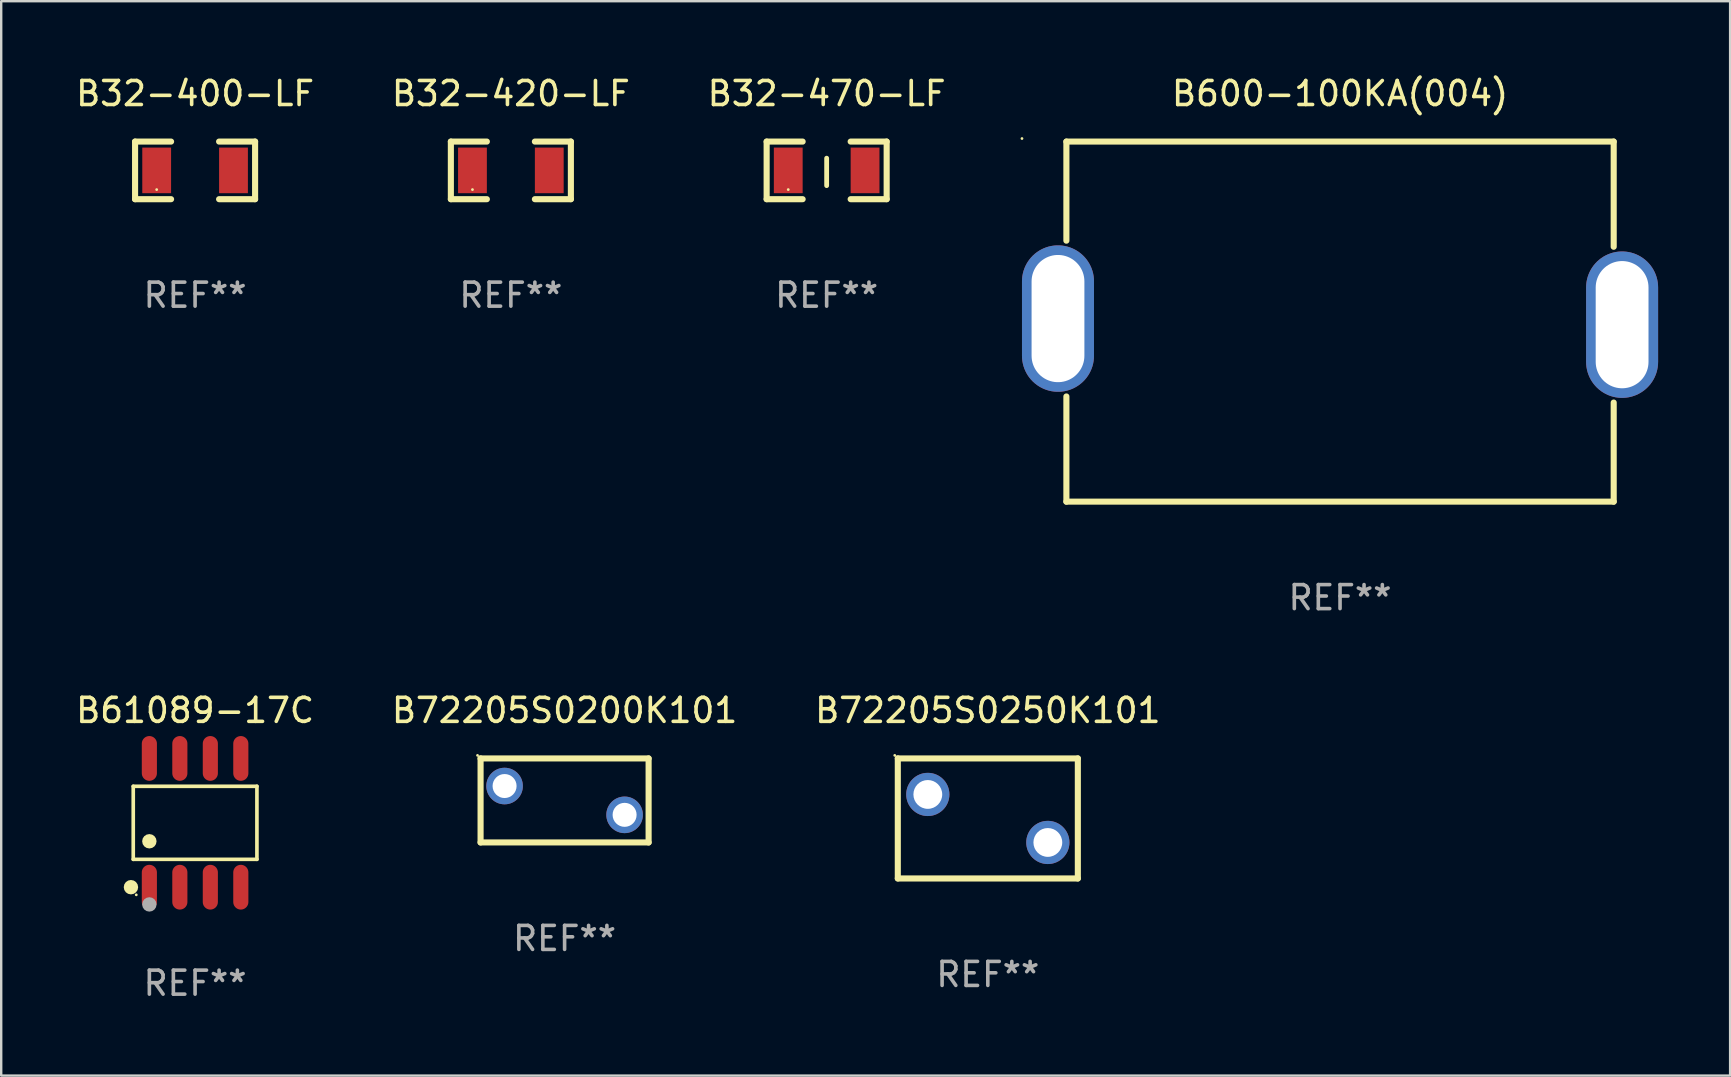
<source format=kicad_pcb>
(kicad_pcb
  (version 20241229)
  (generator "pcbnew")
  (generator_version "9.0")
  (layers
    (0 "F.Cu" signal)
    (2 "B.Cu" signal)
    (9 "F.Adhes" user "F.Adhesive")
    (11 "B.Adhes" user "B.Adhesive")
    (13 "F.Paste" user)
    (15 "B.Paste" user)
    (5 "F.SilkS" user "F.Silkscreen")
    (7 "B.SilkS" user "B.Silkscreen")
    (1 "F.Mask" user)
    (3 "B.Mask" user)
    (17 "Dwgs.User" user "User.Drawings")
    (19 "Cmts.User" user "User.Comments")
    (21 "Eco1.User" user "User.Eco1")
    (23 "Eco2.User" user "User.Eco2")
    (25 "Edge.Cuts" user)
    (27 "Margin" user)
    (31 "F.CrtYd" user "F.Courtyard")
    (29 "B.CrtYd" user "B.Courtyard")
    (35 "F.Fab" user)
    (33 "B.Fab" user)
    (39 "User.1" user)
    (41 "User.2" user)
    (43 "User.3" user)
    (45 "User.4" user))
  (footprint "B72205S0250K101"
    (layer "F.Cu")
    (at 38.101 31.045)
    (property "Reference" "B72205S0250K101" (at 0 -4.5 0) (layer "F.SilkS") (effects (font (size 1 1) (thickness 0.15))))
    (attr through_hole)
    (fp_line (start -3.75 -2.5) (end 3.75 -2.5) (stroke (width 0.254) (type solid)) (layer "F.SilkS"))
    (fp_line (start -3.75 2.5) (end -3.75 -2.5) (stroke (width 0.254) (type solid)) (layer "F.SilkS"))
    (fp_line (start -3.75 2.5) (end 3.75 2.5) (stroke (width 0.254) (type solid)) (layer "F.SilkS"))
    (fp_line (start 3.75 -2.5) (end 3.75 2.5) (stroke (width 0.254) (type solid)) (layer "F.SilkS"))
    (fp_circle (center -3.877 -2.627) (end -3.847 -2.627) (stroke (width 0.06) (type solid)) (fill no) (layer "F.SilkS"))
    (fp_text user "REF**" (at 0 6.5 0) (layer "F.Fab") (effects (font (size 1 1) (thickness 0.15))))
    (pad "1" thru_hole circle (at -2.5 -1) (size 1.8 1.8) (drill 1.2) (layers "*.Cu" "*.Mask"))
    (pad "2" thru_hole circle (at 2.5 1) (size 1.8 1.8) (drill 1.2) (layers "*.Cu" "*.Mask")))
  (footprint "B32-470-LF"
    (layer "F.Cu")
    (at 31.387 4.048)
    (property "Reference" "B32-470-LF" (at 0 -3.2 0) (layer "F.SilkS") (effects (font (size 1 1) (thickness 0.15))))
    (attr through_hole)
    (fp_line (start -2.5 -1.2) (end -2.5 1.2) (stroke (width 0.254) (type solid)) (layer "F.SilkS"))
    (fp_line (start -1 -1.2) (end -2.5 -1.2) (stroke (width 0.254) (type solid)) (layer "F.SilkS"))
    (fp_line (start -1 1.2) (end -2.5 1.2) (stroke (width 0.254) (type solid)) (layer "F.SilkS"))
    (fp_line (start 0.000051 -0.508) (end 0.000051 0.635) (stroke (width 0.2) (type solid)) (layer "F.SilkS"))
    (fp_line (start 1 -1.2) (end 2.5 -1.2) (stroke (width 0.254) (type solid)) (layer "F.SilkS"))
    (fp_line (start 1 1.2) (end 2.5 1.2) (stroke (width 0.254) (type solid)) (layer "F.SilkS"))
    (fp_line (start 2.5 -1.2) (end 2.5 1.2) (stroke (width 0.254) (type solid)) (layer "F.SilkS"))
    (fp_circle (center -1.6 0.8) (end -1.57 0.8) (stroke (width 0.06) (type solid)) (fill no) (layer "F.SilkS"))
    (fp_text user "REF**" (at 0 5.2 0) (layer "F.Fab") (effects (font (size 1 1) (thickness 0.15))))
    (pad "1" smd rect (at -1.6 0) (size 1.2 1.9) (layers "F.Cu" "F.Mask" "F.Paste"))
    (pad "2" smd rect (at 1.6 0) (size 1.2 1.9) (layers "F.Cu" "F.Mask" "F.Paste")))
  (footprint "B32-400-LF"
    (layer "F.Cu")
    (at 5.077 4.048)
    (property "Reference" "B32-400-LF" (at 0 -3.2 0) (layer "F.SilkS") (effects (font (size 1 1) (thickness 0.15))))
    (attr through_hole)
    (fp_line (start -2.5 -1.2) (end -2.5 1.2) (stroke (width 0.254) (type solid)) (layer "F.SilkS"))
    (fp_line (start -1 -1.2) (end -2.5 -1.2) (stroke (width 0.254) (type solid)) (layer "F.SilkS"))
    (fp_line (start -1 1.2) (end -2.5 1.2) (stroke (width 0.254) (type solid)) (layer "F.SilkS"))
    (fp_line (start 1 -1.2) (end 2.5 -1.2) (stroke (width 0.254) (type solid)) (layer "F.SilkS"))
    (fp_line (start 1 1.2) (end 2.5 1.2) (stroke (width 0.254) (type solid)) (layer "F.SilkS"))
    (fp_line (start 2.5 -1.2) (end 2.5 1.2) (stroke (width 0.254) (type solid)) (layer "F.SilkS"))
    (fp_circle (center -1.6 0.8) (end -1.57 0.8) (stroke (width 0.06) (type solid)) (fill no) (layer "F.SilkS"))
    (fp_text user "REF**" (at 0 5.2 0) (layer "F.Fab") (effects (font (size 1 1) (thickness 0.15))))
    (pad "1" smd rect (at -1.6 0) (size 1.2 1.9) (layers "F.Cu" "F.Mask" "F.Paste"))
    (pad "2" smd rect (at 1.6 0) (size 1.2 1.9) (layers "F.Cu" "F.Mask" "F.Paste")))
  (footprint "B600-100KA(004)"
    (layer "F.Cu")
    (at 52.774 10.348)
    (property "Reference" "B600-100KA(004)" (at 0 -9.5 0) (layer "F.SilkS") (effects (font (size 1 1) (thickness 0.15))))
    (attr through_hole)
    (fp_line (start -11.4 -7.5) (end -11.4 -3.372) (stroke (width 0.254) (type solid)) (layer "F.SilkS"))
    (fp_line (start -11.4 -7.5) (end 11.4 -7.5) (stroke (width 0.254) (type solid)) (layer "F.SilkS"))
    (fp_line (start -11.4 3.118) (end -11.4 7.5) (stroke (width 0.254) (type solid)) (layer "F.SilkS"))
    (fp_line (start 11.4 -3.118) (end 11.4 -7.5) (stroke (width 0.254) (type solid)) (layer "F.SilkS"))
    (fp_line (start 11.4 7.5) (end -11.4 7.5) (stroke (width 0.254) (type solid)) (layer "F.SilkS"))
    (fp_line (start 11.4 7.5) (end 11.4 3.372) (stroke (width 0.254) (type solid)) (layer "F.SilkS"))
    (fp_circle (center -13.25 -7.627) (end -13.22 -7.627) (stroke (width 0.06) (type solid)) (fill no) (layer "F.SilkS"))
    (fp_text user "REF**" (at 0 11.5 0) (layer "F.Fab") (effects (font (size 1 1) (thickness 0.15))))
    (pad "1" thru_hole oval (at -11.75 -0.127) (size 3 6.1) (drill oval 2.2 5.3) (layers "*.Cu" "*.Mask"))
    (pad "2" thru_hole oval (at 11.75 0.127) (size 3 6.1) (drill oval 2.2 5.3) (layers "*.Cu" "*.Mask")))
  (footprint "B61089-17C"
    (layer "F.Cu")
    (at 5.077 31.227)
    (property "Reference" "B61089-17C" (at 0 -4.682 0) (layer "F.SilkS") (effects (font (size 1 1) (thickness 0.15))))
    (attr through_hole)
    (fp_line (start -2.576 -1.521) (end 2.576 -1.521) (stroke (width 0.152) (type solid)) (layer "F.SilkS"))
    (fp_line (start -2.576 1.521) (end -2.576 -1.521) (stroke (width 0.152) (type solid)) (layer "F.SilkS"))
    (fp_line (start 2.576 -1.521) (end 2.576 1.521) (stroke (width 0.152) (type solid)) (layer "F.SilkS"))
    (fp_line (start 2.576 1.521) (end -2.576 1.521) (stroke (width 0.152) (type solid)) (layer "F.SilkS"))
    (fp_circle (center -2.672 2.682) (end -2.522 2.682) (stroke (width 0.3) (type solid)) (fill no) (layer "F.SilkS"))
    (fp_circle (center -2.45 3) (end -2.42 3) (stroke (width 0.06) (type solid)) (fill no) (layer "F.SilkS"))
    (fp_circle (center -1.905 0.769) (end -1.755 0.769) (stroke (width 0.3) (type solid)) (fill no) (layer "F.SilkS"))
    (fp_circle (center -1.905 3.4) (end -1.755 3.4) (stroke (width 0.3) (type solid)) (fill no) (layer "F.Fab"))
    (fp_text user "REF**" (at 0 6.682 0) (layer "F.Fab") (effects (font (size 1 1) (thickness 0.15))))
    (pad "1" smd oval (at -1.905 2.682) (size 0.63 1.865) (layers "F.Cu" "F.Mask" "F.Paste"))
    (pad "2" smd oval (at -0.635 2.682) (size 0.63 1.865) (layers "F.Cu" "F.Mask" "F.Paste"))
    (pad "3" smd oval (at 0.635 2.682) (size 0.63 1.865) (layers "F.Cu" "F.Mask" "F.Paste"))
    (pad "4" smd oval (at 1.905 2.682) (size 0.63 1.865) (layers "F.Cu" "F.Mask" "F.Paste"))
    (pad "5" smd oval (at 1.905 -2.682) (size 0.63 1.865) (layers "F.Cu" "F.Mask" "F.Paste"))
    (pad "6" smd oval (at 0.635 -2.682) (size 0.63 1.865) (layers "F.Cu" "F.Mask" "F.Paste"))
    (pad "7" smd oval (at -0.635 -2.682) (size 0.63 1.865) (layers "F.Cu" "F.Mask" "F.Paste"))
    (pad "8" smd oval (at -1.905 -2.682) (size 0.63 1.865) (layers "F.Cu" "F.Mask" "F.Paste")))
  (footprint "B72205S0200K101"
    (layer "F.Cu")
    (at 20.47 30.295)
    (property "Reference" "B72205S0200K101" (at 0 -3.75 0) (layer "F.SilkS") (effects (font (size 1 1) (thickness 0.15))))
    (attr through_hole)
    (fp_line (start -3.5 -1.75) (end 3.5 -1.75) (stroke (width 0.254) (type solid)) (layer "F.SilkS"))
    (fp_line (start -3.5 1.75) (end -3.5 -1.75) (stroke (width 0.254) (type solid)) (layer "F.SilkS"))
    (fp_line (start -3.5 1.75) (end 3.5 1.75) (stroke (width 0.254) (type solid)) (layer "F.SilkS"))
    (fp_line (start 3.5 -1.75) (end 3.5 1.75) (stroke (width 0.254) (type solid)) (layer "F.SilkS"))
    (fp_circle (center -3.627 -1.877) (end -3.597 -1.877) (stroke (width 0.06) (type solid)) (fill no) (layer "F.SilkS"))
    (fp_text user "REF**" (at 0 5.75 0) (layer "F.Fab") (effects (font (size 1 1) (thickness 0.15))))
    (pad "1" thru_hole circle (at -2.5 -0.6) (size 1.524 1.524) (drill 1) (layers "*.Cu" "*.Mask"))
    (pad "2" thru_hole circle (at 2.5 0.6) (size 1.524 1.524) (drill 1) (layers "*.Cu" "*.Mask")))
  (footprint "B32-420-LF"
    (layer "F.Cu")
    (at 18.232 4.048)
    (property "Reference" "B32-420-LF" (at 0 -3.2 0) (layer "F.SilkS") (effects (font (size 1 1) (thickness 0.15))))
    (attr through_hole)
    (fp_line (start -2.5 -1.2) (end -2.5 1.2) (stroke (width 0.254) (type solid)) (layer "F.SilkS"))
    (fp_line (start -1 -1.2) (end -2.5 -1.2) (stroke (width 0.254) (type solid)) (layer "F.SilkS"))
    (fp_line (start -1 1.2) (end -2.5 1.2) (stroke (width 0.254) (type solid)) (layer "F.SilkS"))
    (fp_line (start 1 -1.2) (end 2.5 -1.2) (stroke (width 0.254) (type solid)) (layer "F.SilkS"))
    (fp_line (start 1 1.2) (end 2.5 1.2) (stroke (width 0.254) (type solid)) (layer "F.SilkS"))
    (fp_line (start 2.5 -1.2) (end 2.5 1.2) (stroke (width 0.254) (type solid)) (layer "F.SilkS"))
    (fp_circle (center -1.6 0.8) (end -1.57 0.8) (stroke (width 0.06) (type solid)) (fill no) (layer "F.SilkS"))
    (fp_text user "REF**" (at 0 5.2 0) (layer "F.Fab") (effects (font (size 1 1) (thickness 0.15))))
    (pad "1" smd rect (at -1.6 0) (size 1.2 1.9) (layers "F.Cu" "F.Mask" "F.Paste"))
    (pad "2" smd rect (at 1.6 0) (size 1.2 1.9) (layers "F.Cu" "F.Mask" "F.Paste")))
  (gr_rect
    (start -3 -3)
    (end 69.024 41.758)
    (stroke (width 0.1) (type default))
    (fill no)
    (layer "Edge.Cuts")))
</source>
